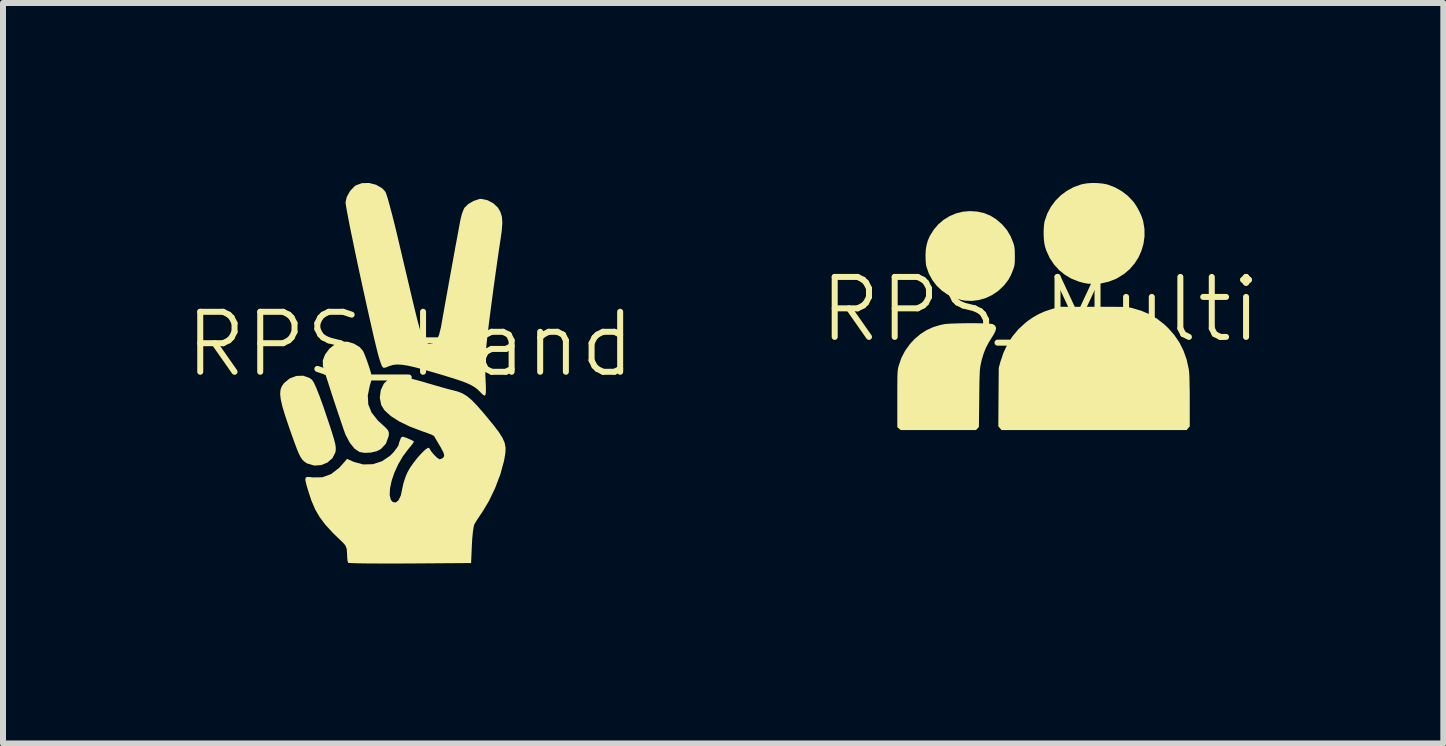
<source format=kicad_pcb>
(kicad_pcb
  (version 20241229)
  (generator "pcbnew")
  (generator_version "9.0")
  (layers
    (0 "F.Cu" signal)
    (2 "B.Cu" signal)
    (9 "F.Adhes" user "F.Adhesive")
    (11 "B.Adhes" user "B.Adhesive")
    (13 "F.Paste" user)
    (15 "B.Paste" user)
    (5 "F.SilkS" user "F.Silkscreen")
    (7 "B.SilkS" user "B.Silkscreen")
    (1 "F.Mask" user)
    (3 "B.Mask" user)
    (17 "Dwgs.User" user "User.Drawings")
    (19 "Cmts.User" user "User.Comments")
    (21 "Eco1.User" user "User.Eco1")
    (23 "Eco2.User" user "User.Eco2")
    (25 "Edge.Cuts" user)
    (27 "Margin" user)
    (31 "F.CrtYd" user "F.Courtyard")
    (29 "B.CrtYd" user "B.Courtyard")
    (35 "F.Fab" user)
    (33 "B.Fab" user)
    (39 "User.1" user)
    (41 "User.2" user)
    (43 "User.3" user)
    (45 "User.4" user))
  (footprint "RPS_Hand"
    (layer "F.Cu")
    (at 3.788 3.19)
    (property "Reference" "RPS_Hand" (at 0 -0.5 0) (unlocked yes) (layer "F.SilkS") (effects (font (size 1 1) (thickness 0.1))))
    (attr smd)
    (fp_poly (pts (xy -1.679 0.06) (xy -1.636 0.092) (xy -1.606 0.138) (xy -1.564 0.23) (xy -1.51 0.366) (xy -1.447 0.54) (xy -1.402 0.674) (xy -1.342 0.851) (xy -1.298 0.988) (xy -1.268 1.089) (xy -1.249 1.164) (xy -1.241 1.219) (xy -1.241 1.262) (xy -1.247 1.3) (xy -1.248 1.302) (xy -1.297 1.399) (xy -1.38 1.471) (xy -1.485 1.513) (xy -1.599 1.521) (xy -1.709 1.489) (xy -1.73 1.478) (xy -1.766 1.454) (xy -1.796 1.425) (xy -1.824 1.385) (xy -1.854 1.328) (xy -1.889 1.244) (xy -1.932 1.129) (xy -1.987 0.974) (xy -2.016 0.892) (xy -2.082 0.697) (xy -2.129 0.543) (xy -2.157 0.423) (xy -2.168 0.33) (xy -2.162 0.257) (xy -2.14 0.198) (xy -2.104 0.147) (xy -2.01 0.069) (xy -1.899 0.027) (xy -1.784 0.023)) (stroke (width 0) (type solid)) (fill yes) (layer "F.SilkS"))
    (fp_poly (pts (xy -1.042 -0.543) (xy -0.935 -0.51) (xy -0.842 -0.454) (xy -0.784 -0.386) (xy -0.757 -0.323) (xy -0.722 -0.232) (xy -0.688 -0.132) (xy -0.658 -0.037) (xy -0.644 0.028) (xy -0.645 0.083) (xy -0.66 0.146) (xy -0.672 0.182) (xy -0.707 0.351) (xy -0.699 0.501) (xy -0.644 0.637) (xy -0.541 0.768) (xy -0.48 0.824) (xy -0.408 0.89) (xy -0.369 0.935) (xy -0.355 0.975) (xy -0.358 1.021) (xy -0.36 1.032) (xy -0.405 1.156) (xy -0.487 1.244) (xy -0.548 1.277) (xy -0.651 1.304) (xy -0.762 1.309) (xy -0.844 1.295) (xy -0.926 1.241) (xy -1.005 1.144) (xy -1.074 1.015) (xy -1.089 0.977) (xy -1.115 0.904) (xy -1.153 0.792) (xy -1.2 0.653) (xy -1.252 0.497) (xy -1.305 0.336) (xy -1.355 0.18) (xy -1.4 0.041) (xy -1.435 -0.071) (xy -1.455 -0.137) (xy -1.457 -0.232) (xy -1.419 -0.331) (xy -1.35 -0.424) (xy -1.259 -0.498) (xy -1.156 -0.542) (xy -1.146 -0.544)) (stroke (width 0) (type solid)) (fill yes) (layer "F.SilkS"))
    (fp_poly (pts (xy -0.568 -3.16) (xy -0.467 -3.101) (xy -0.413 -3.043) (xy -0.397 -3.002) (xy -0.37 -2.917) (xy -0.337 -2.796) (xy -0.297 -2.646) (xy -0.254 -2.474) (xy -0.209 -2.287) (xy -0.205 -2.27) (xy -0.154 -2.053) (xy -0.1 -1.824) (xy -0.046 -1.597) (xy 0.004 -1.383) (xy 0.048 -1.198) (xy 0.073 -1.094) (xy 0.121 -0.899) (xy 0.162 -0.75) (xy 0.2 -0.641) (xy 0.235 -0.568) (xy 0.271 -0.526) (xy 0.31 -0.508) (xy 0.325 -0.507) (xy 0.389 -0.522) (xy 0.44 -0.569) (xy 0.48 -0.655) (xy 0.513 -0.786) (xy 0.521 -0.832) (xy 0.567 -1.093) (xy 0.615 -1.359) (xy 0.662 -1.621) (xy 0.708 -1.873) (xy 0.75 -2.106) (xy 0.788 -2.31) (xy 0.819 -2.479) (xy 0.841 -2.593) (xy 0.864 -2.681) (xy 0.894 -2.757) (xy 0.905 -2.777) (xy 0.967 -2.838) (xy 1.056 -2.89) (xy 1.148 -2.921) (xy 1.182 -2.925) (xy 1.285 -2.904) (xy 1.386 -2.851) (xy 1.463 -2.778) (xy 1.505 -2.705) (xy 1.529 -2.624) (xy 1.536 -2.524) (xy 1.526 -2.393) (xy 1.511 -2.285) (xy 1.478 -2.066) (xy 1.444 -1.83) (xy 1.41 -1.588) (xy 1.377 -1.346) (xy 1.346 -1.112) (xy 1.318 -0.896) (xy 1.295 -0.704) (xy 1.277 -0.546) (xy 1.265 -0.428) (xy 1.263 -0.403) (xy 1.256 -0.259) (xy 1.252 -0.107) (xy 1.253 0.03) (xy 1.256 0.079) (xy 1.262 0.212) (xy 1.262 0.299) (xy 1.254 0.345) (xy 1.237 0.355) (xy 1.207 0.336) (xy 1.184 0.312) (xy 1.133 0.261) (xy 1.079 0.217) (xy 1.014 0.179) (xy 0.931 0.141) (xy 0.822 0.101) (xy 0.679 0.055) (xy 0.496 -0.000475) (xy 0.45 -0.014) (xy 0.246 -0.072) (xy 0.085 -0.116) (xy -0.042 -0.145) (xy -0.141 -0.16) (xy -0.219 -0.164) (xy -0.285 -0.157) (xy -0.344 -0.139) (xy -0.363 -0.132) (xy -0.415 -0.111) (xy -0.447 -0.109) (xy -0.47 -0.134) (xy -0.493 -0.193) (xy -0.515 -0.26) (xy -0.535 -0.33) (xy -0.563 -0.442) (xy -0.599 -0.589) (xy -0.639 -0.765) (xy -0.684 -0.964) (xy -0.732 -1.179) (xy -0.782 -1.405) (xy -0.832 -1.635) (xy -0.881 -1.862) (xy -0.927 -2.081) (xy -0.969 -2.286) (xy -1.007 -2.469) (xy -1.037 -2.626) (xy -1.06 -2.749) (xy -1.074 -2.833) (xy -1.078 -2.868) (xy -1.057 -2.958) (xy -1.004 -3.054) (xy -0.93 -3.133) (xy -0.908 -3.149) (xy -0.806 -3.187) (xy -0.687 -3.19)) (stroke (width 0) (type solid)) (fill yes) (layer "F.SilkS"))
    (fp_poly (pts (xy -0.093 0.052) (xy 0.056 0.082) (xy 0.245 0.134) (xy 0.263 0.14) (xy 0.396 0.179) (xy 0.519 0.214) (xy 0.619 0.242) (xy 0.683 0.259) (xy 0.689 0.26) (xy 0.786 0.285) (xy 0.868 0.316) (xy 0.944 0.362) (xy 1.023 0.427) (xy 1.112 0.519) (xy 1.221 0.643) (xy 1.271 0.703) (xy 1.391 0.849) (xy 1.479 0.965) (xy 1.539 1.06) (xy 1.575 1.143) (xy 1.59 1.223) (xy 1.587 1.31) (xy 1.57 1.412) (xy 1.562 1.45) (xy 1.503 1.666) (xy 1.417 1.893) (xy 1.314 2.109) (xy 1.216 2.273) (xy 1.157 2.362) (xy 1.106 2.439) (xy 1.074 2.491) (xy 1.071 2.496) (xy 1.058 2.542) (xy 1.045 2.627) (xy 1.034 2.739) (xy 1.028 2.847) (xy 1.015 3.146) (xy -0.001 3.153) (xy -0.226 3.154) (xy -0.434 3.154) (xy -0.621 3.153) (xy -0.779 3.152) (xy -0.905 3.149) (xy -0.991 3.146) (xy -1.032 3.143) (xy -1.034 3.142) (xy -1.045 3.107) (xy -1.051 3.04) (xy -1.052 2.997) (xy -1.058 2.91) (xy -1.081 2.851) (xy -1.123 2.804) (xy -1.285 2.648) (xy -1.412 2.51) (xy -1.509 2.381) (xy -1.585 2.25) (xy -1.647 2.105) (xy -1.699 1.947) (xy -1.732 1.834) (xy -1.748 1.762) (xy -1.744 1.724) (xy -1.718 1.71) (xy -1.666 1.713) (xy -1.624 1.718) (xy -1.465 1.716) (xy -1.32 1.664) (xy -1.188 1.562) (xy -1.156 1.528) (xy -1.052 1.409) (xy -0.942 1.459) (xy -0.785 1.502) (xy -0.624 1.498) (xy -0.471 1.449) (xy -0.334 1.357) (xy -0.275 1.295) (xy -0.228 1.234) (xy -0.199 1.19) (xy -0.194 1.179) (xy -0.186 1.143) (xy -0.168 1.093) (xy -0.15 1.051) (xy -0.125 1.039) (xy -0.079 1.053) (xy -0.046 1.066) (xy 0.017 1.094) (xy 0.057 1.114) (xy 0.061 1.118) (xy 0.052 1.141) (xy 0.015 1.191) (xy -0.03 1.244) (xy -0.12 1.364) (xy -0.199 1.498) (xy -0.263 1.638) (xy -0.31 1.776) (xy -0.337 1.904) (xy -0.342 2.012) (xy -0.323 2.092) (xy -0.29 2.129) (xy -0.239 2.136) (xy -0.193 2.097) (xy -0.156 2.019) (xy -0.134 1.914) (xy -0.113 1.816) (xy -0.076 1.704) (xy -0.046 1.634) (xy -0.000316 1.554) (xy 0.06 1.468) (xy 0.127 1.384) (xy 0.194 1.31) (xy 0.253 1.254) (xy 0.297 1.225) (xy 0.317 1.229) (xy 0.349 1.283) (xy 0.398 1.342) (xy 0.45 1.392) (xy 0.49 1.416) (xy 0.494 1.417) (xy 0.538 1.399) (xy 0.557 1.381) (xy 0.567 1.35) (xy 0.553 1.301) (xy 0.512 1.223) (xy 0.496 1.196) (xy 0.45 1.118) (xy 0.414 1.058) (xy 0.399 1.029) (xy 0.372 1.013) (xy 0.308 0.987) (xy 0.221 0.956) (xy 0.21 0.953) (xy 0.000121 0.874) (xy -0.18 0.787) (xy -0.324 0.695) (xy -0.428 0.6) (xy -0.483 0.512) (xy -0.507 0.389) (xy -0.491 0.265) (xy -0.44 0.156) (xy -0.365 0.082) (xy -0.297 0.052) (xy -0.209 0.042)) (stroke (width 0) (type solid)) (fill yes) (layer "F.SilkS")))
  (footprint "RPS_Multi"
    (layer "F.Cu")
    (at 14.293 2.609)
    (property "Reference" "RPS_Multi" (at 0 -0.5 0) (unlocked yes) (layer "F.SilkS") (effects (font (size 1 1) (thickness 0.1))))
    (attr smd)
    (fp_poly (pts (xy 1.107 -0.545) (xy 1.192 -0.545) (xy 1.263 -0.544) (xy 1.321 -0.544) (xy 1.368 -0.543) (xy 1.406 -0.541) (xy 1.437 -0.539) (xy 1.462 -0.537) (xy 1.483 -0.534) (xy 1.503 -0.53) (xy 1.522 -0.526) (xy 1.54 -0.521) (xy 1.687 -0.477) (xy 1.821 -0.419) (xy 1.944 -0.346) (xy 2.059 -0.257) (xy 2.131 -0.19) (xy 2.232 -0.075) (xy 2.318 0.051) (xy 2.386 0.188) (xy 2.438 0.333) (xy 2.472 0.486) (xy 2.479 0.543) (xy 2.482 0.575) (xy 2.484 0.623) (xy 2.486 0.686) (xy 2.487 0.761) (xy 2.489 0.844) (xy 2.49 0.934) (xy 2.49 1.026) (xy 2.49 1.044) (xy 2.49 1.448) (xy 2.464 1.479) (xy 2.438 1.51) (xy 0.895 1.51) (xy -0.648 1.51) (xy -0.675 1.478) (xy -0.701 1.447) (xy -0.698 0.961) (xy -0.694 0.475) (xy -0.668 0.377) (xy -0.616 0.222) (xy -0.549 0.079) (xy -0.466 -0.051) (xy -0.367 -0.17) (xy -0.252 -0.276) (xy -0.209 -0.31) (xy -0.117 -0.373) (xy -0.024 -0.425) (xy 0.075 -0.469) (xy 0.187 -0.506) (xy 0.229 -0.518) (xy 0.325 -0.545) (xy 0.885 -0.545) (xy 1.005 -0.545)) (stroke (width 0) (type solid)) (fill yes) (layer "F.SilkS"))
    (fp_poly (pts (xy 0.953 -2.607) (xy 1.038 -2.599) (xy 1.112 -2.585) (xy 1.125 -2.581) (xy 1.243 -2.536) (xy 1.355 -2.473) (xy 1.457 -2.395) (xy 1.546 -2.302) (xy 1.585 -2.248) (xy 1.625 -2.182) (xy 1.662 -2.11) (xy 1.692 -2.039) (xy 1.713 -1.975) (xy 1.714 -1.969) (xy 1.735 -1.844) (xy 1.736 -1.719) (xy 1.719 -1.596) (xy 1.685 -1.479) (xy 1.635 -1.367) (xy 1.568 -1.264) (xy 1.488 -1.171) (xy 1.393 -1.091) (xy 1.285 -1.024) (xy 1.258 -1.01) (xy 1.138 -0.963) (xy 1.013 -0.935) (xy 0.885 -0.925) (xy 0.795 -0.93) (xy 0.751 -0.937) (xy 0.698 -0.949) (xy 0.647 -0.963) (xy 0.64 -0.965) (xy 0.519 -1.013) (xy 0.409 -1.078) (xy 0.311 -1.157) (xy 0.227 -1.251) (xy 0.156 -1.357) (xy 0.102 -1.474) (xy 0.078 -1.546) (xy 0.066 -1.604) (xy 0.058 -1.675) (xy 0.054 -1.753) (xy 0.055 -1.831) (xy 0.06 -1.904) (xy 0.069 -1.965) (xy 0.073 -1.98) (xy 0.116 -2.101) (xy 0.176 -2.213) (xy 0.252 -2.315) (xy 0.341 -2.404) (xy 0.443 -2.479) (xy 0.555 -2.54) (xy 0.676 -2.583) (xy 0.707 -2.591) (xy 0.78 -2.603) (xy 0.865 -2.609)) (stroke (width 0) (type solid)) (fill yes) (layer "F.SilkS"))
    (fp_poly (pts (xy -1.052 -2.132) (xy -0.939 -2.107) (xy -0.835 -2.065) (xy -0.738 -2.005) (xy -0.645 -1.925) (xy -0.634 -1.914) (xy -0.558 -1.825) (xy -0.498 -1.724) (xy -0.453 -1.615) (xy -0.442 -1.581) (xy -0.435 -1.551) (xy -0.43 -1.519) (xy -0.427 -1.482) (xy -0.426 -1.433) (xy -0.426 -1.39) (xy -0.426 -1.332) (xy -0.427 -1.289) (xy -0.43 -1.255) (xy -0.435 -1.226) (xy -0.443 -1.197) (xy -0.455 -1.162) (xy -0.457 -1.157) (xy -0.492 -1.071) (xy -0.533 -0.996) (xy -0.586 -0.926) (xy -0.619 -0.888) (xy -0.707 -0.806) (xy -0.806 -0.74) (xy -0.911 -0.69) (xy -1.023 -0.658) (xy -1.138 -0.643) (xy -1.253 -0.647) (xy -1.32 -0.659) (xy -1.437 -0.694) (xy -1.545 -0.747) (xy -1.643 -0.815) (xy -1.729 -0.896) (xy -1.801 -0.991) (xy -1.858 -1.095) (xy -1.899 -1.21) (xy -1.901 -1.22) (xy -1.908 -1.257) (xy -1.912 -1.309) (xy -1.914 -1.37) (xy -1.915 -1.4) (xy -1.911 -1.492) (xy -1.898 -1.572) (xy -1.877 -1.647) (xy -1.844 -1.723) (xy -1.84 -1.73) (xy -1.778 -1.83) (xy -1.702 -1.919) (xy -1.613 -1.995) (xy -1.513 -2.056) (xy -1.406 -2.102) (xy -1.292 -2.13) (xy -1.175 -2.14) (xy -1.174 -2.14)) (stroke (width 0) (type solid)) (fill yes) (layer "F.SilkS"))
    (fp_poly (pts (xy -1.064 -0.271) (xy -0.989 -0.269) (xy -0.923 -0.267) (xy -0.867 -0.265) (xy -0.825 -0.261) (xy -0.799 -0.257) (xy -0.795 -0.256) (xy -0.762 -0.236) (xy -0.743 -0.209) (xy -0.74 -0.175) (xy -0.753 -0.132) (xy -0.781 -0.078) (xy -0.801 -0.047) (xy -0.861 0.05) (xy -0.909 0.141) (xy -0.946 0.235) (xy -0.977 0.337) (xy -0.992 0.403) (xy -0.997 0.428) (xy -1.001 0.452) (xy -1.005 0.478) (xy -1.008 0.507) (xy -1.01 0.542) (xy -1.012 0.585) (xy -1.014 0.638) (xy -1.016 0.702) (xy -1.017 0.78) (xy -1.018 0.874) (xy -1.019 0.982) (xy -1.025 1.458) (xy -1.049 1.484) (xy -1.073 1.51) (xy -1.701 1.51) (xy -2.329 1.51) (xy -2.357 1.486) (xy -2.385 1.462) (xy -2.385 0.993) (xy -2.385 0.884) (xy -2.385 0.793) (xy -2.384 0.718) (xy -2.384 0.656) (xy -2.383 0.607) (xy -2.381 0.567) (xy -2.38 0.536) (xy -2.377 0.511) (xy -2.374 0.489) (xy -2.37 0.469) (xy -2.365 0.45) (xy -2.362 0.44) (xy -2.318 0.309) (xy -2.255 0.188) (xy -2.175 0.077) (xy -2.099 -0.006) (xy -2 -0.09) (xy -1.897 -0.156) (xy -1.787 -0.206) (xy -1.666 -0.242) (xy -1.604 -0.255) (xy -1.568 -0.259) (xy -1.518 -0.263) (xy -1.455 -0.266) (xy -1.384 -0.268) (xy -1.306 -0.27) (xy -1.225 -0.271) (xy -1.143 -0.271)) (stroke (width 0) (type solid)) (fill yes) (layer "F.SilkS")))
  (gr_rect
    (start -3 -3)
    (end 21.01 9.343)
    (stroke (width 0.1) (type default))
    (fill no)
    (layer "Edge.Cuts")))
</source>
